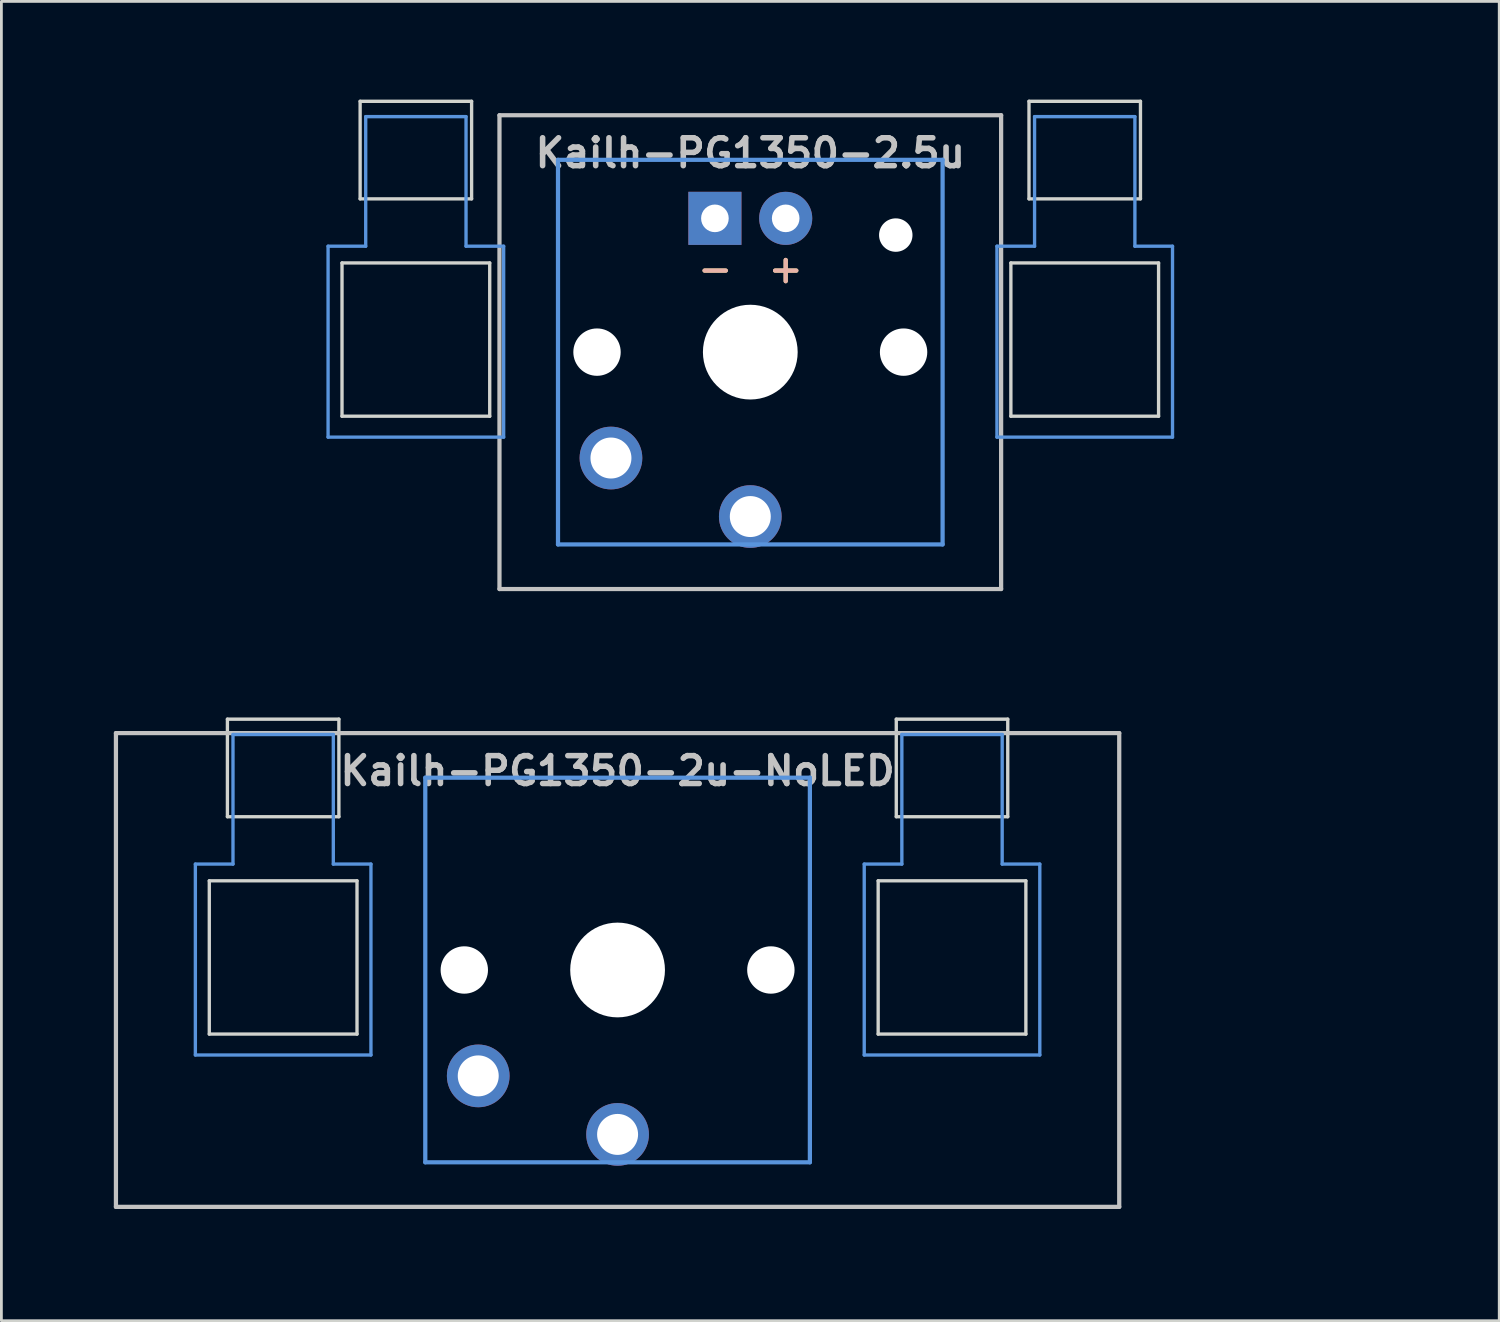
<source format=kicad_pcb>
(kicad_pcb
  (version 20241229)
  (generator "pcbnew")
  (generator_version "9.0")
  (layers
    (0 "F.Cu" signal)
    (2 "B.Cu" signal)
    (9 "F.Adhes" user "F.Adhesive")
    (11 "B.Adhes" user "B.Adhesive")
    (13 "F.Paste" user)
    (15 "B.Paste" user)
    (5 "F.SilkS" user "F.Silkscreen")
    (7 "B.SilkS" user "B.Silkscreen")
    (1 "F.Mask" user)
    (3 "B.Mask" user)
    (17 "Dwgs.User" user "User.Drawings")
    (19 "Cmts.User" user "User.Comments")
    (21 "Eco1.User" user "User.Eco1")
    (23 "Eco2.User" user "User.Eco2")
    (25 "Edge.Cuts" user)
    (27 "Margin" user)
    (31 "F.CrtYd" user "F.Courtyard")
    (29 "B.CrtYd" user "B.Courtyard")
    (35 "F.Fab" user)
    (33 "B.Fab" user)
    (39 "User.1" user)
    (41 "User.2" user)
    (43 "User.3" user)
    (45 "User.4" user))
  (footprint "Kailh-PG1350-2u-NoLED"
    (layer "F.Cu")
    (at 19.11 31.755)
    (property "Reference" "Kailh-PG1350-2u-NoLED" (at 0 -7.144 180) (layer "Dwgs.User") (effects (font (size 1 1) (thickness 0.2))))
    (attr through_hole)
    (fp_line (start -18 -8.5) (end 18 -8.5) (stroke (width 0.152) (type solid)) (layer "Dwgs.User"))
    (fp_line (start -18 8.5) (end -18 -8.5) (stroke (width 0.152) (type solid)) (layer "Dwgs.User"))
    (fp_line (start 18 -8.5) (end 18 8.5) (stroke (width 0.152) (type solid)) (layer "Dwgs.User"))
    (fp_line (start 18 8.5) (end -18 8.5) (stroke (width 0.152) (type solid)) (layer "Dwgs.User"))
    (fp_line (start -15.15 -3.8) (end -13.8 -3.8) (stroke (width 0.12) (type solid)) (layer "Cmts.User"))
    (fp_line (start -15.15 3.05) (end -15.15 -3.8) (stroke (width 0.12) (type solid)) (layer "Cmts.User"))
    (fp_line (start -15.15 3.05) (end -8.85 3.05) (stroke (width 0.12) (type solid)) (layer "Cmts.User"))
    (fp_line (start -13.8 -8.45) (end -13.8 -3.8) (stroke (width 0.12) (type solid)) (layer "Cmts.User"))
    (fp_line (start -13.8 -8.45) (end -10.2 -8.45) (stroke (width 0.12) (type solid)) (layer "Cmts.User"))
    (fp_line (start -10.2 -8.45) (end -10.2 -3.8) (stroke (width 0.12) (type solid)) (layer "Cmts.User"))
    (fp_line (start -10.2 -3.8) (end -8.85 -3.8) (stroke (width 0.12) (type solid)) (layer "Cmts.User"))
    (fp_line (start -8.85 3.05) (end -8.85 -3.8) (stroke (width 0.12) (type solid)) (layer "Cmts.User"))
    (fp_line (start -6.9 -6.9) (end 6.9 -6.9) (stroke (width 0.152) (type solid)) (layer "Cmts.User"))
    (fp_line (start -6.9 6.9) (end -6.9 -6.9) (stroke (width 0.152) (type solid)) (layer "Cmts.User"))
    (fp_line (start 6.9 -6.9) (end 6.9 6.9) (stroke (width 0.152) (type solid)) (layer "Cmts.User"))
    (fp_line (start 6.9 6.9) (end -6.9 6.9) (stroke (width 0.152) (type solid)) (layer "Cmts.User"))
    (fp_line (start 8.85 -3.8) (end 10.2 -3.8) (stroke (width 0.12) (type solid)) (layer "Cmts.User"))
    (fp_line (start 8.85 3.05) (end 8.85 -3.8) (stroke (width 0.12) (type solid)) (layer "Cmts.User"))
    (fp_line (start 8.85 3.05) (end 15.15 3.05) (stroke (width 0.12) (type solid)) (layer "Cmts.User"))
    (fp_line (start 10.2 -8.45) (end 10.2 -3.8) (stroke (width 0.12) (type solid)) (layer "Cmts.User"))
    (fp_line (start 10.2 -8.45) (end 13.8 -8.45) (stroke (width 0.12) (type solid)) (layer "Cmts.User"))
    (fp_line (start 13.8 -8.45) (end 13.8 -3.8) (stroke (width 0.12) (type solid)) (layer "Cmts.User"))
    (fp_line (start 13.8 -3.8) (end 15.15 -3.8) (stroke (width 0.12) (type solid)) (layer "Cmts.User"))
    (fp_line (start 15.15 3.05) (end 15.15 -3.8) (stroke (width 0.12) (type solid)) (layer "Cmts.User"))
    (fp_line (start -19.05 -9.525) (end -19.05 9.525) (stroke (width 0.12) (type solid)) (layer "Eco1.User"))
    (fp_line (start -19.05 -9.525) (end 19.05 -9.525) (stroke (width 0.12) (type solid)) (layer "Eco1.User"))
    (fp_line (start -19.05 9.525) (end 19.05 9.525) (stroke (width 0.12) (type solid)) (layer "Eco1.User"))
    (fp_line (start 19.05 -9.525) (end 19.05 9.525) (stroke (width 0.12) (type solid)) (layer "Eco1.User"))
    (fp_line (start -7.5 -7.5) (end 7.5 -7.5) (stroke (width 0.152) (type solid)) (layer "Eco2.User"))
    (fp_line (start -7.5 7.5) (end -7.5 -7.5) (stroke (width 0.152) (type solid)) (layer "Eco2.User"))
    (fp_line (start 7.5 -7.5) (end 7.5 7.5) (stroke (width 0.152) (type solid)) (layer "Eco2.User"))
    (fp_line (start 7.5 7.5) (end -7.5 7.5) (stroke (width 0.152) (type solid)) (layer "Eco2.User"))
    (fp_line (start -14.65 -3.2) (end -14.65 2.3) (stroke (width 0.12) (type solid)) (layer "Edge.Cuts"))
    (fp_line (start -14.65 -3.2) (end -9.35 -3.2) (stroke (width 0.12) (type solid)) (layer "Edge.Cuts"))
    (fp_line (start -14.65 2.3) (end -9.35 2.3) (stroke (width 0.12) (type solid)) (layer "Edge.Cuts"))
    (fp_line (start -14 -9) (end -14 -5.5) (stroke (width 0.12) (type solid)) (layer "Edge.Cuts"))
    (fp_line (start -14 -9) (end -10 -9) (stroke (width 0.12) (type solid)) (layer "Edge.Cuts"))
    (fp_line (start -14 -5.5) (end -10 -5.5) (stroke (width 0.12) (type solid)) (layer "Edge.Cuts"))
    (fp_line (start -10 -5.5) (end -10 -9) (stroke (width 0.12) (type solid)) (layer "Edge.Cuts"))
    (fp_line (start -9.35 2.3) (end -9.35 -3.2) (stroke (width 0.12) (type solid)) (layer "Edge.Cuts"))
    (fp_line (start 9.35 -3.2) (end 9.35 2.3) (stroke (width 0.12) (type solid)) (layer "Edge.Cuts"))
    (fp_line (start 9.35 -3.2) (end 14.65 -3.2) (stroke (width 0.12) (type solid)) (layer "Edge.Cuts"))
    (fp_line (start 9.35 2.3) (end 14.65 2.3) (stroke (width 0.12) (type solid)) (layer "Edge.Cuts"))
    (fp_line (start 10 -9) (end 10 -5.5) (stroke (width 0.12) (type solid)) (layer "Edge.Cuts"))
    (fp_line (start 10 -9) (end 14 -9) (stroke (width 0.12) (type solid)) (layer "Edge.Cuts"))
    (fp_line (start 10 -5.5) (end 14 -5.5) (stroke (width 0.12) (type solid)) (layer "Edge.Cuts"))
    (fp_line (start 14 -5.5) (end 14 -9) (stroke (width 0.12) (type solid)) (layer "Edge.Cuts"))
    (fp_line (start 14.65 2.3) (end 14.65 -3.2) (stroke (width 0.12) (type solid)) (layer "Edge.Cuts"))
    (pad "" np_thru_hole circle (at -5.5 0 180) (size 1.7 1.7) (drill 1.7) (layers "*.Cu" "*.Mask"))
    (pad "" np_thru_hole circle (at 0 0 180) (size 3.4 3.4) (drill 3.4) (layers "*.Cu" "*.Mask"))
    (pad "" np_thru_hole circle (at 5.5 0 180) (size 1.7 1.7) (drill 1.7) (layers "*.Cu" "*.Mask"))
    (pad "1" thru_hole circle (at 0 5.9 180) (size 2.25 2.25) (drill 1.47) (layers "*.Cu" "*.Mask"))
    (pad "2" thru_hole circle (at -5 3.8 41.9) (size 2.25 2.25) (drill 1.47) (layers "*.Cu" "*.Mask")))
  (footprint "Kailh-PG1350-2.5u"
    (layer "F.Cu")
    (at 23.872 9.585)
    (property "Reference" "Kailh-PG1350-2.5u" (at 0 -7.144 180) (layer "Dwgs.User") (effects (font (size 1 1) (thickness 0.2))))
    (attr through_hole)
    (fp_line (start -9 -8.5) (end 9 -8.5) (stroke (width 0.152) (type solid)) (layer "Dwgs.User"))
    (fp_line (start -9 8.5) (end -9 -8.5) (stroke (width 0.152) (type solid)) (layer "Dwgs.User"))
    (fp_line (start 9 -8.5) (end 9 8.5) (stroke (width 0.152) (type solid)) (layer "Dwgs.User"))
    (fp_line (start 9 8.5) (end -9 8.5) (stroke (width 0.152) (type solid)) (layer "Dwgs.User"))
    (fp_line (start -15.15 -3.8) (end -13.8 -3.8) (stroke (width 0.12) (type solid)) (layer "Cmts.User"))
    (fp_line (start -15.15 3.05) (end -15.15 -3.8) (stroke (width 0.12) (type solid)) (layer "Cmts.User"))
    (fp_line (start -15.15 3.05) (end -8.85 3.05) (stroke (width 0.12) (type solid)) (layer "Cmts.User"))
    (fp_line (start -13.8 -8.45) (end -13.8 -3.8) (stroke (width 0.12) (type solid)) (layer "Cmts.User"))
    (fp_line (start -13.8 -8.45) (end -10.2 -8.45) (stroke (width 0.12) (type solid)) (layer "Cmts.User"))
    (fp_line (start -10.2 -8.45) (end -10.2 -3.8) (stroke (width 0.12) (type solid)) (layer "Cmts.User"))
    (fp_line (start -10.2 -3.8) (end -8.85 -3.8) (stroke (width 0.12) (type solid)) (layer "Cmts.User"))
    (fp_line (start -8.85 3.05) (end -8.85 -3.8) (stroke (width 0.12) (type solid)) (layer "Cmts.User"))
    (fp_line (start -6.9 -6.9) (end 6.9 -6.9) (stroke (width 0.152) (type solid)) (layer "Cmts.User"))
    (fp_line (start -6.9 6.9) (end -6.9 -6.9) (stroke (width 0.152) (type solid)) (layer "Cmts.User"))
    (fp_line (start 6.9 -6.9) (end 6.9 6.9) (stroke (width 0.152) (type solid)) (layer "Cmts.User"))
    (fp_line (start 6.9 6.9) (end -6.9 6.9) (stroke (width 0.152) (type solid)) (layer "Cmts.User"))
    (fp_line (start 8.85 -3.8) (end 10.2 -3.8) (stroke (width 0.12) (type solid)) (layer "Cmts.User"))
    (fp_line (start 8.85 3.05) (end 8.85 -3.8) (stroke (width 0.12) (type solid)) (layer "Cmts.User"))
    (fp_line (start 8.85 3.05) (end 15.15 3.05) (stroke (width 0.12) (type solid)) (layer "Cmts.User"))
    (fp_line (start 10.2 -8.45) (end 10.2 -3.8) (stroke (width 0.12) (type solid)) (layer "Cmts.User"))
    (fp_line (start 10.2 -8.45) (end 13.8 -8.45) (stroke (width 0.12) (type solid)) (layer "Cmts.User"))
    (fp_line (start 13.8 -8.45) (end 13.8 -3.8) (stroke (width 0.12) (type solid)) (layer "Cmts.User"))
    (fp_line (start 13.8 -3.8) (end 15.15 -3.8) (stroke (width 0.12) (type solid)) (layer "Cmts.User"))
    (fp_line (start 15.15 3.05) (end 15.15 -3.8) (stroke (width 0.12) (type solid)) (layer "Cmts.User"))
    (fp_line (start -23.812 -9.525) (end -23.812 9.525) (stroke (width 0.12) (type solid)) (layer "Eco1.User"))
    (fp_line (start -23.812 -9.525) (end 23.812 -9.525) (stroke (width 0.12) (type solid)) (layer "Eco1.User"))
    (fp_line (start -23.812 9.525) (end 23.812 9.525) (stroke (width 0.12) (type solid)) (layer "Eco1.User"))
    (fp_line (start 23.812 -9.525) (end 23.812 9.525) (stroke (width 0.12) (type solid)) (layer "Eco1.User"))
    (fp_line (start -7.5 -7.5) (end 7.5 -7.5) (stroke (width 0.152) (type solid)) (layer "Eco2.User"))
    (fp_line (start -7.5 7.5) (end -7.5 -7.5) (stroke (width 0.152) (type solid)) (layer "Eco2.User"))
    (fp_line (start 7.5 -7.5) (end 7.5 7.5) (stroke (width 0.152) (type solid)) (layer "Eco2.User"))
    (fp_line (start 7.5 7.5) (end -7.5 7.5) (stroke (width 0.152) (type solid)) (layer "Eco2.User"))
    (fp_line (start -14.65 -3.2) (end -14.65 2.3) (stroke (width 0.12) (type solid)) (layer "Edge.Cuts"))
    (fp_line (start -14.65 -3.2) (end -9.35 -3.2) (stroke (width 0.12) (type solid)) (layer "Edge.Cuts"))
    (fp_line (start -14.65 2.3) (end -9.35 2.3) (stroke (width 0.12) (type solid)) (layer "Edge.Cuts"))
    (fp_line (start -14 -9) (end -14 -5.5) (stroke (width 0.12) (type solid)) (layer "Edge.Cuts"))
    (fp_line (start -14 -9) (end -10 -9) (stroke (width 0.12) (type solid)) (layer "Edge.Cuts"))
    (fp_line (start -14 -5.5) (end -10 -5.5) (stroke (width 0.12) (type solid)) (layer "Edge.Cuts"))
    (fp_line (start -10 -5.5) (end -10 -9) (stroke (width 0.12) (type solid)) (layer "Edge.Cuts"))
    (fp_line (start -9.35 2.3) (end -9.35 -3.2) (stroke (width 0.12) (type solid)) (layer "Edge.Cuts"))
    (fp_line (start 9.35 -3.2) (end 9.35 2.3) (stroke (width 0.12) (type solid)) (layer "Edge.Cuts"))
    (fp_line (start 9.35 -3.2) (end 14.65 -3.2) (stroke (width 0.12) (type solid)) (layer "Edge.Cuts"))
    (fp_line (start 9.35 2.3) (end 14.65 2.3) (stroke (width 0.12) (type solid)) (layer "Edge.Cuts"))
    (fp_line (start 10 -9) (end 10 -5.5) (stroke (width 0.12) (type solid)) (layer "Edge.Cuts"))
    (fp_line (start 10 -9) (end 14 -9) (stroke (width 0.12) (type solid)) (layer "Edge.Cuts"))
    (fp_line (start 10 -5.5) (end 14 -5.5) (stroke (width 0.12) (type solid)) (layer "Edge.Cuts"))
    (fp_line (start 14 -5.5) (end 14 -9) (stroke (width 0.12) (type solid)) (layer "Edge.Cuts"))
    (fp_line (start 14.65 2.3) (end 14.65 -3.2) (stroke (width 0.12) (type solid)) (layer "Edge.Cuts"))
    (fp_text user "+" (at 1.27 -3 180) (layer "F.SilkS") (effects (font (size 1 1) (thickness 0.15))))
    (fp_text user "-" (at -1.26 -3 180) (layer "F.SilkS") (effects (font (size 1 1) (thickness 0.15))))
    (fp_text user "-" (at -1.26 -3 180) (layer "B.SilkS") (effects (font (size 1 1) (thickness 0.15)) (justify mirror)))
    (fp_text user "+" (at 1.27 -3 180) (layer "B.SilkS") (effects (font (size 1 1) (thickness 0.15)) (justify mirror)))
    (pad "" np_thru_hole circle (at -5.5 0 180) (size 1.7 1.7) (drill 1.7) (layers "*.Cu" "*.Mask"))
    (pad "" np_thru_hole circle (at 0 0 180) (size 3.4 3.4) (drill 3.4) (layers "*.Cu" "*.Mask"))
    (pad "" np_thru_hole circle (at 5.22 -4.2 180) (size 1.2 1.2) (drill 1.2) (layers "*.Cu" "*.Mask"))
    (pad "" np_thru_hole circle (at 5.5 0 180) (size 1.7 1.7) (drill 1.7) (layers "*.Cu" "*.Mask"))
    (pad "1" thru_hole circle (at 0 5.9 180) (size 2.25 2.25) (drill 1.47) (layers "*.Cu" "*.Mask"))
    (pad "2" thru_hole circle (at -5 3.8 41.9) (size 2.25 2.25) (drill 1.47) (layers "*.Cu" "*.Mask"))
    (pad "3" thru_hole circle (at 1.27 -4.8 180) (size 1.905 1.905) (drill 0.991) (layers "*.Cu" "*.Mask"))
    (pad "4" thru_hole rect (at -1.27 -4.8 180) (size 1.905 1.905) (drill 0.991) (layers "*.Cu" "*.Mask")))
  (gr_rect
    (start -3 -3)
    (end 50.745 44.34)
    (stroke (width 0.1) (type default))
    (fill no)
    (layer "Edge.Cuts")))
</source>
